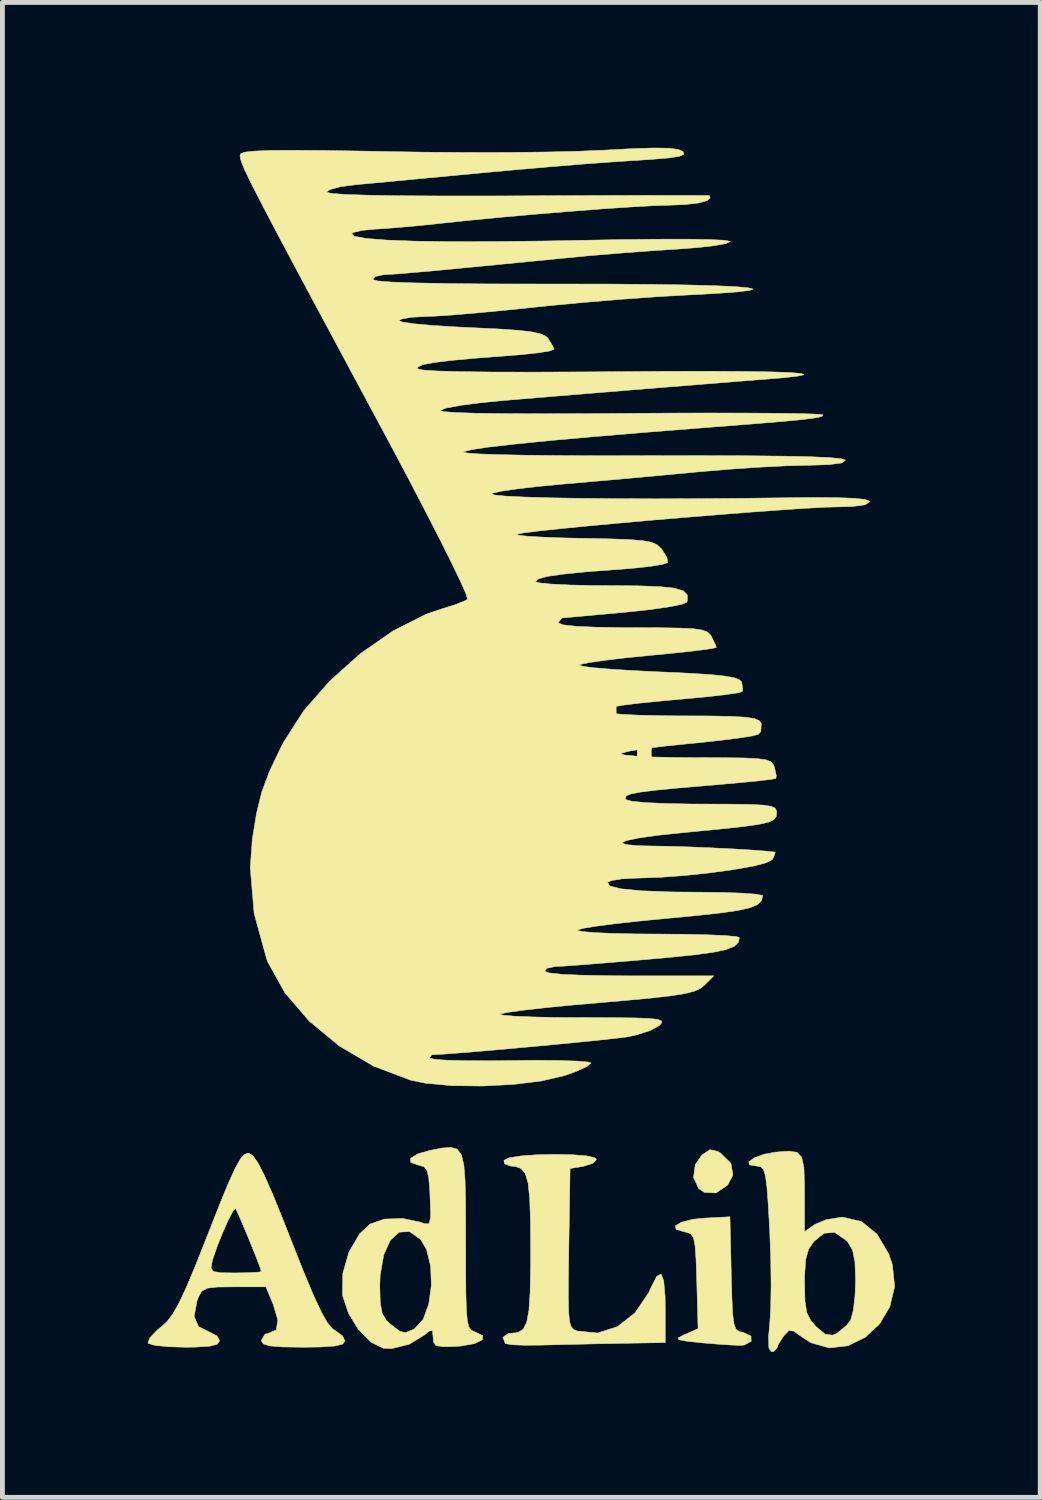
<source format=kicad_pcb>
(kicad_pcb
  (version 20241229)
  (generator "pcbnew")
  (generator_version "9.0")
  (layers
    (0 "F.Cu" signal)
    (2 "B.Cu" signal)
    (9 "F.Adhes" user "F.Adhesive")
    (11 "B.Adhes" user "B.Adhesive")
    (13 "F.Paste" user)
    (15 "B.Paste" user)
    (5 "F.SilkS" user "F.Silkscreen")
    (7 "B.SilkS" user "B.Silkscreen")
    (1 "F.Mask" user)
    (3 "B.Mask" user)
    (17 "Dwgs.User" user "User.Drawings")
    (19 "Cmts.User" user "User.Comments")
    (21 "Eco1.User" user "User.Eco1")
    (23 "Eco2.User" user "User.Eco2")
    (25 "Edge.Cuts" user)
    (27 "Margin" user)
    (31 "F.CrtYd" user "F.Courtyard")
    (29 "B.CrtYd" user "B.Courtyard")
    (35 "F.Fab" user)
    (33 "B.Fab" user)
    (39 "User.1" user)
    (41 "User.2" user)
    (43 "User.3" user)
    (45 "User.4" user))
  (footprint "adlib"
    (layer "F.Cu")
    (at 7.714 12.401)
    (property "Reference" "adlib" (at 0 0 0) (layer "F.SilkS") (effects (font (size 1.524 1.524) (thickness 0.3))))
    (attr through_hole)
    (fp_poly (pts (xy 4.053 8.321) (xy 4.113 8.356) (xy 4.328 8.569) (xy 4.368 8.812) (xy 4.259 9.017) (xy 4.02 9.179) (xy 3.78 9.169) (xy 3.661 9.086) (xy 3.555 8.86) (xy 3.591 8.594) (xy 3.729 8.395) (xy 3.894 8.286) (xy 4.053 8.321)) (stroke (width 0.01) (type solid)) (fill yes) (layer "F.SilkS"))
    (fp_poly (pts (xy 4.334 10.85) (xy 4.347 11.342) (xy 4.363 11.675) (xy 4.389 11.881) (xy 4.431 11.993) (xy 4.496 12.042) (xy 4.582 12.06) (xy 4.741 12.134) (xy 4.746 12.241) (xy 4.606 12.319) (xy 4.545 12.326) (xy 4.356 12.321) (xy 4.048 12.301) (xy 3.738 12.275) (xy 3.412 12.24) (xy 3.253 12.21) (xy 3.237 12.173) (xy 3.342 12.116) (xy 3.382 12.099) (xy 3.649 11.983) (xy 3.622 11) (xy 3.607 10.557) (xy 3.587 10.27) (xy 3.554 10.104) (xy 3.497 10.023) (xy 3.41 9.991) (xy 3.373 9.985) (xy 3.195 9.931) (xy 3.18 9.858) (xy 3.304 9.783) (xy 3.544 9.723) (xy 3.767 9.7) (xy 4.307 9.671) (xy 4.334 10.85)) (stroke (width 0.01) (type solid)) (fill yes) (layer "F.SilkS"))
    (fp_poly (pts (xy 1.048 8.39) (xy 1.341 8.413) (xy 1.52 8.454) (xy 1.552 8.483) (xy 1.483 8.564) (xy 1.291 8.627) (xy 1.289 8.627) (xy 1.006 8.676) (xy 0.98 10.321) (xy 0.972 10.919) (xy 0.97 11.352) (xy 0.977 11.65) (xy 0.997 11.839) (xy 1.032 11.947) (xy 1.085 12.002) (xy 1.152 12.03) (xy 1.575 12.071) (xy 1.984 11.94) (xy 2.347 11.656) (xy 2.63 11.238) (xy 2.678 11.131) (xy 2.796 10.9) (xy 2.883 10.854) (xy 2.94 10.994) (xy 2.968 11.322) (xy 2.971 11.55) (xy 2.971 12.269) (xy 2.037 12.285) (xy 1.528 12.295) (xy 0.995 12.307) (xy 0.53 12.318) (xy 0.411 12.321) (xy 0.066 12.324) (xy -0.198 12.313) (xy -0.328 12.291) (xy -0.331 12.289) (xy -0.38 12.158) (xy -0.268 12.082) (xy -0.211 12.077) (xy -0.067 12.06) (xy 0.039 11.992) (xy 0.111 11.849) (xy 0.157 11.603) (xy 0.181 11.23) (xy 0.191 10.705) (xy 0.192 10.352) (xy 0.188 9.735) (xy 0.172 9.284) (xy 0.139 8.973) (xy 0.081 8.778) (xy -0.006 8.673) (xy -0.13 8.631) (xy -0.219 8.626) (xy -0.35 8.576) (xy -0.359 8.507) (xy -0.254 8.454) (xy -0.01 8.415) (xy 0.322 8.391) (xy 0.691 8.383) (xy 1.048 8.39)) (stroke (width 0.01) (type solid)) (fill yes) (layer "F.SilkS"))
    (fp_poly (pts (xy 5.691 8.34) (xy 5.789 8.443) (xy 5.834 8.656) (xy 5.846 9.011) (xy 5.847 9.263) (xy 5.847 9.979) (xy 6.06 9.83) (xy 6.298 9.73) (xy 6.603 9.682) (xy 6.644 9.681) (xy 7.024 9.771) (xy 7.344 10.03) (xy 7.585 10.439) (xy 7.661 10.663) (xy 7.707 11.111) (xy 7.609 11.526) (xy 7.396 11.884) (xy 7.098 12.161) (xy 6.743 12.334) (xy 6.36 12.379) (xy 5.98 12.273) (xy 5.807 12.162) (xy 5.627 12.032) (xy 5.525 12.019) (xy 5.427 12.12) (xy 5.413 12.138) (xy 5.305 12.306) (xy 5.275 12.388) (xy 5.197 12.457) (xy 5.166 12.46) (xy 5.11 12.381) (xy 5.105 12.136) (xy 5.129 11.877) (xy 5.149 11.558) (xy 5.156 11.104) (xy 5.156 11.045) (xy 5.847 11.045) (xy 5.856 11.413) (xy 5.894 11.651) (xy 5.977 11.818) (xy 6.086 11.941) (xy 6.274 12.097) (xy 6.426 12.116) (xy 6.515 12.079) (xy 6.717 11.912) (xy 6.803 11.794) (xy 6.854 11.605) (xy 6.89 11.296) (xy 6.901 10.981) (xy 6.888 10.604) (xy 6.839 10.36) (xy 6.742 10.195) (xy 6.709 10.16) (xy 6.471 9.994) (xy 6.249 10.011) (xy 6.042 10.178) (xy 5.931 10.338) (xy 5.871 10.555) (xy 5.848 10.885) (xy 5.847 11.045) (xy 5.156 11.045) (xy 5.15 10.575) (xy 5.131 10.026) (xy 5.128 9.96) (xy 5.098 9.43) (xy 5.071 9.062) (xy 5.04 8.828) (xy 5 8.696) (xy 4.945 8.639) (xy 4.87 8.626) (xy 4.707 8.6) (xy 4.697 8.535) (xy 4.81 8.454) (xy 5.015 8.379) (xy 5.253 8.336) (xy 5.519 8.316) (xy 5.691 8.34)) (stroke (width 0.01) (type solid)) (fill yes) (layer "F.SilkS"))
    (fp_poly (pts (xy -1.326 8.274) (xy -1.239 8.388) (xy -1.187 8.601) (xy -1.161 8.935) (xy -1.151 9.412) (xy -1.15 10.056) (xy -1.15 10.166) (xy -1.149 10.801) (xy -1.145 11.271) (xy -1.134 11.601) (xy -1.115 11.818) (xy -1.084 11.946) (xy -1.038 12.013) (xy -0.976 12.044) (xy -0.955 12.05) (xy -0.797 12.126) (xy -0.806 12.211) (xy -0.961 12.288) (xy -1.24 12.339) (xy -1.325 12.346) (xy -1.616 12.355) (xy -1.764 12.329) (xy -1.816 12.248) (xy -1.821 12.163) (xy -1.835 12.018) (xy -1.91 12.035) (xy -1.989 12.103) (xy -2.311 12.302) (xy -2.675 12.393) (xy -2.847 12.387) (xy -3.106 12.261) (xy -3.361 12.002) (xy -3.569 11.664) (xy -3.689 11.301) (xy -3.693 11.277) (xy -3.69 11.099) (xy -2.923 11.099) (xy -2.913 11.45) (xy -2.872 11.669) (xy -2.784 11.815) (xy -2.697 11.894) (xy -2.516 12.032) (xy -2.399 12.065) (xy -2.257 12.009) (xy -2.201 11.98) (xy -2.026 11.788) (xy -1.911 11.472) (xy -1.858 11.087) (xy -1.873 10.692) (xy -1.958 10.344) (xy -2.08 10.139) (xy -2.308 9.977) (xy -2.522 9.989) (xy -2.705 10.156) (xy -2.842 10.459) (xy -2.915 10.88) (xy -2.923 11.099) (xy -3.69 11.099) (xy -3.686 10.841) (xy -3.56 10.401) (xy -3.342 10.026) (xy -3.125 9.822) (xy -2.828 9.719) (xy -2.449 9.706) (xy -2.076 9.785) (xy -2.01 9.811) (xy -1.909 9.818) (xy -1.873 9.69) (xy -1.873 9.563) (xy -1.89 9.137) (xy -1.912 8.865) (xy -1.949 8.712) (xy -2.009 8.639) (xy -2.103 8.611) (xy -2.112 8.609) (xy -2.285 8.548) (xy -2.287 8.462) (xy -2.131 8.369) (xy -1.885 8.301) (xy -1.64 8.253) (xy -1.457 8.237) (xy -1.326 8.274)) (stroke (width 0.01) (type solid)) (fill yes) (layer "F.SilkS"))
    (fp_poly (pts (xy -5.626 8.359) (xy -5.544 8.41) (xy -5.441 8.553) (xy -5.31 8.808) (xy -5.139 9.194) (xy -4.921 9.729) (xy -4.755 10.152) (xy -4.497 10.802) (xy -4.292 11.291) (xy -4.13 11.637) (xy -4.002 11.862) (xy -3.899 11.984) (xy -3.855 12.012) (xy -3.69 12.132) (xy -3.642 12.235) (xy -3.69 12.3) (xy -3.85 12.34) (xy -4.152 12.36) (xy -4.505 12.365) (xy -4.926 12.359) (xy -5.188 12.338) (xy -5.324 12.298) (xy -5.367 12.231) (xy -5.368 12.221) (xy -5.291 12.094) (xy -5.221 12.077) (xy -5.06 12.007) (xy -5.028 11.802) (xy -5.126 11.473) (xy -5.274 11.118) (xy -5.935 11.118) (xy -6.283 11.122) (xy -6.489 11.146) (xy -6.601 11.209) (xy -6.667 11.329) (xy -6.696 11.409) (xy -6.756 11.73) (xy -6.666 11.938) (xy -6.459 12.04) (xy -6.284 12.132) (xy -6.23 12.231) (xy -6.278 12.303) (xy -6.441 12.345) (xy -6.751 12.363) (xy -6.943 12.365) (xy -7.295 12.354) (xy -7.565 12.326) (xy -7.703 12.286) (xy -7.709 12.279) (xy -7.674 12.175) (xy -7.521 12.014) (xy -7.444 11.951) (xy -7.318 11.838) (xy -7.198 11.681) (xy -7.069 11.454) (xy -6.917 11.129) (xy -6.75 10.731) (xy -6.407 10.731) (xy -6.36 10.8) (xy -6.203 10.827) (xy -5.905 10.831) (xy -5.613 10.826) (xy -5.418 10.813) (xy -5.368 10.8) (xy -5.402 10.695) (xy -5.488 10.472) (xy -5.604 10.185) (xy -5.726 9.892) (xy -5.83 9.648) (xy -5.894 9.511) (xy -5.902 9.499) (xy -5.955 9.556) (xy -6.051 9.739) (xy -6.166 9.998) (xy -6.279 10.279) (xy -6.365 10.529) (xy -6.385 10.6) (xy -6.407 10.731) (xy -6.75 10.731) (xy -6.729 10.681) (xy -6.491 10.081) (xy -6.467 10.02) (xy -6.231 9.42) (xy -6.049 8.979) (xy -5.91 8.674) (xy -5.804 8.483) (xy -5.719 8.385) (xy -5.644 8.357) (xy -5.626 8.359)) (stroke (width 0.01) (type solid)) (fill yes) (layer "F.SilkS"))
    (fp_poly (pts (xy 3.043 -12.391) (xy 3.234 -12.367) (xy 3.333 -12.324) (xy 3.337 -12.32) (xy 3.356 -12.267) (xy 3.27 -12.225) (xy 3.055 -12.191) (xy 2.688 -12.16) (xy 2.33 -12.137) (xy 1.87 -12.107) (xy 1.271 -12.063) (xy 0.588 -12.007) (xy -0.126 -11.945) (xy -0.815 -11.882) (xy -1.46 -11.821) (xy -2.08 -11.763) (xy -2.636 -11.71) (xy -3.087 -11.668) (xy -3.394 -11.64) (xy -3.427 -11.637) (xy -3.737 -11.595) (xy -3.953 -11.538) (xy -4.026 -11.486) (xy -3.93 -11.459) (xy -3.645 -11.437) (xy -3.171 -11.421) (xy -2.511 -11.41) (xy -1.667 -11.405) (xy -0.64 -11.405) (xy -0.12 -11.407) (xy 0.729 -11.411) (xy 1.519 -11.414) (xy 2.229 -11.416) (xy 2.839 -11.417) (xy 3.328 -11.417) (xy 3.674 -11.417) (xy 3.859 -11.415) (xy 3.882 -11.414) (xy 3.899 -11.365) (xy 3.834 -11.31) (xy 3.667 -11.261) (xy 3.376 -11.227) (xy 3.067 -11.215) (xy 2.731 -11.204) (xy 2.242 -11.177) (xy 1.639 -11.136) (xy 0.958 -11.083) (xy 0.237 -11.024) (xy -0.485 -10.959) (xy -1.171 -10.892) (xy -1.677 -10.838) (xy -2.131 -10.791) (xy -2.574 -10.751) (xy -2.928 -10.725) (xy -3.001 -10.721) (xy -3.279 -10.695) (xy -3.466 -10.653) (xy -3.505 -10.629) (xy -3.448 -10.573) (xy -3.207 -10.528) (xy -2.788 -10.495) (xy -2.198 -10.472) (xy -1.444 -10.461) (xy -0.532 -10.463) (xy 0.53 -10.476) (xy 1.126 -10.487) (xy 2.038 -10.504) (xy 2.811 -10.512) (xy 3.435 -10.513) (xy 3.901 -10.505) (xy 4.196 -10.49) (xy 4.312 -10.467) (xy 4.313 -10.464) (xy 4.224 -10.422) (xy 3.981 -10.378) (xy 3.623 -10.338) (xy 3.235 -10.309) (xy 2.663 -10.271) (xy 2.032 -10.224) (xy 1.443 -10.175) (xy 1.198 -10.152) (xy 0.734 -10.107) (xy 0.15 -10.05) (xy -0.486 -9.988) (xy -1.104 -9.928) (xy -1.198 -9.919) (xy -1.719 -9.869) (xy -2.186 -9.827) (xy -2.559 -9.796) (xy -2.799 -9.78) (xy -2.852 -9.778) (xy -3.02 -9.74) (xy -3.067 -9.679) (xy -2.971 -9.651) (xy -2.684 -9.628) (xy -2.207 -9.61) (xy -1.539 -9.597) (xy -0.68 -9.589) (xy 0.367 -9.587) (xy 0.837 -9.587) (xy 1.838 -9.586) (xy 2.703 -9.579) (xy 3.425 -9.568) (xy 4 -9.552) (xy 4.421 -9.533) (xy 4.684 -9.509) (xy 4.784 -9.483) (xy 4.713 -9.455) (xy 4.468 -9.425) (xy 4.043 -9.393) (xy 3.431 -9.36) (xy 3.382 -9.358) (xy 2.776 -9.323) (xy 2.054 -9.271) (xy 1.289 -9.207) (xy 0.555 -9.138) (xy 0.24 -9.105) (xy -0.355 -9.043) (xy -0.92 -8.99) (xy -1.414 -8.948) (xy -1.793 -8.923) (xy -1.983 -8.916) (xy -2.274 -8.9) (xy -2.477 -8.863) (xy -2.531 -8.833) (xy -2.458 -8.802) (xy -2.225 -8.767) (xy -1.861 -8.734) (xy -1.399 -8.704) (xy -1.075 -8.688) (xy -0.486 -8.66) (xy -0.061 -8.631) (xy 0.229 -8.597) (xy 0.413 -8.554) (xy 0.518 -8.498) (xy 0.551 -8.463) (xy 0.649 -8.304) (xy 0.671 -8.238) (xy 0.582 -8.204) (xy 0.344 -8.166) (xy -0.001 -8.129) (xy -0.216 -8.111) (xy -0.916 -8.058) (xy -1.442 -8.01) (xy -1.809 -7.965) (xy -2.036 -7.921) (xy -2.138 -7.874) (xy -2.142 -7.836) (xy -2.03 -7.811) (xy -1.732 -7.791) (xy -1.253 -7.778) (xy -0.6 -7.77) (xy 0.223 -7.768) (xy 1.209 -7.772) (xy 1.826 -7.776) (xy 2.914 -7.784) (xy 3.835 -7.786) (xy 4.586 -7.782) (xy 5.164 -7.773) (xy 5.567 -7.758) (xy 5.79 -7.738) (xy 5.832 -7.713) (xy 5.69 -7.683) (xy 5.36 -7.647) (xy 5.159 -7.631) (xy 4.525 -7.581) (xy 3.78 -7.521) (xy 2.968 -7.456) (xy 2.134 -7.388) (xy 1.323 -7.322) (xy 0.579 -7.261) (xy -0.053 -7.208) (xy -0.431 -7.176) (xy -0.886 -7.13) (xy -1.273 -7.078) (xy -1.551 -7.026) (xy -1.677 -6.981) (xy -1.616 -6.954) (xy -1.372 -6.934) (xy -0.943 -6.919) (xy -0.33 -6.911) (xy 0.472 -6.908) (xy 1.462 -6.911) (xy 2.228 -6.917) (xy 3.083 -6.922) (xy 3.876 -6.924) (xy 4.586 -6.923) (xy 5.194 -6.919) (xy 5.68 -6.913) (xy 6.024 -6.903) (xy 6.206 -6.892) (xy 6.23 -6.885) (xy 6.212 -6.86) (xy 6.144 -6.837) (xy 6.005 -6.813) (xy 5.774 -6.786) (xy 5.431 -6.753) (xy 4.955 -6.713) (xy 4.326 -6.663) (xy 3.69 -6.614) (xy 2.48 -6.518) (xy 1.433 -6.43) (xy 0.554 -6.351) (xy -0.152 -6.28) (xy -0.681 -6.219) (xy -1.028 -6.167) (xy -1.189 -6.125) (xy -1.197 -6.119) (xy -1.128 -6.098) (xy -0.878 -6.079) (xy -0.458 -6.064) (xy 0.121 -6.052) (xy 0.85 -6.045) (xy 1.717 -6.042) (xy 2.682 -6.043) (xy 3.774 -6.044) (xy 4.681 -6.041) (xy 5.411 -6.033) (xy 5.97 -6.021) (xy 6.365 -6.003) (xy 6.603 -5.98) (xy 6.69 -5.952) (xy 6.691 -5.951) (xy 6.619 -5.893) (xy 6.357 -5.858) (xy 5.905 -5.844) (xy 5.879 -5.844) (xy 5.462 -5.833) (xy 4.919 -5.805) (xy 4.315 -5.764) (xy 3.713 -5.714) (xy 3.594 -5.703) (xy 2.933 -5.641) (xy 2.191 -5.573) (xy 1.458 -5.508) (xy 0.824 -5.453) (xy 0.815 -5.452) (xy 0.323 -5.405) (xy -0.101 -5.355) (xy -0.42 -5.308) (xy -0.597 -5.267) (xy -0.618 -5.257) (xy -0.556 -5.231) (xy -0.322 -5.208) (xy 0.066 -5.189) (xy 0.587 -5.173) (xy 1.224 -5.162) (xy 1.957 -5.155) (xy 2.767 -5.152) (xy 3.634 -5.155) (xy 4.54 -5.162) (xy 5.248 -5.171) (xy 5.964 -5.179) (xy 6.502 -5.176) (xy 6.876 -5.163) (xy 7.1 -5.138) (xy 7.186 -5.101) (xy 7.189 -5.093) (xy 7.096 -5.028) (xy 6.824 -4.993) (xy 6.542 -4.986) (xy 6.282 -4.979) (xy 5.878 -4.957) (xy 5.36 -4.922) (xy 4.753 -4.878) (xy 4.086 -4.826) (xy 3.387 -4.769) (xy 2.683 -4.71) (xy 2.002 -4.649) (xy 1.371 -4.591) (xy 0.819 -4.537) (xy 0.372 -4.489) (xy 0.06 -4.451) (xy -0.092 -4.424) (xy -0.096 -4.422) (xy -0.056 -4.4) (xy 0.147 -4.378) (xy 0.485 -4.359) (xy 0.928 -4.343) (xy 1.246 -4.337) (xy 1.814 -4.326) (xy 2.222 -4.311) (xy 2.501 -4.289) (xy 2.683 -4.255) (xy 2.799 -4.205) (xy 2.879 -4.134) (xy 2.899 -4.111) (xy 3.007 -3.939) (xy 3.02 -3.835) (xy 2.911 -3.798) (xy 2.654 -3.756) (xy 2.292 -3.717) (xy 2.038 -3.697) (xy 1.362 -3.647) (xy 0.864 -3.597) (xy 0.528 -3.548) (xy 0.341 -3.495) (xy 0.288 -3.443) (xy 0.378 -3.415) (xy 0.628 -3.391) (xy 1.004 -3.373) (xy 1.475 -3.362) (xy 1.79 -3.36) (xy 2.409 -3.356) (xy 2.86 -3.339) (xy 3.164 -3.306) (xy 3.345 -3.251) (xy 3.425 -3.17) (xy 3.428 -3.058) (xy 3.417 -3.019) (xy 3.316 -2.975) (xy 3.06 -2.923) (xy 2.687 -2.869) (xy 2.232 -2.819) (xy 2.149 -2.811) (xy 1.68 -2.768) (xy 1.281 -2.732) (xy 0.99 -2.705) (xy 0.846 -2.692) (xy 0.839 -2.691) (xy 0.769 -2.609) (xy 0.767 -2.588) (xy 0.86 -2.55) (xy 1.13 -2.52) (xy 1.561 -2.501) (xy 2.138 -2.492) (xy 2.297 -2.492) (xy 2.874 -2.49) (xy 3.288 -2.483) (xy 3.569 -2.468) (xy 3.747 -2.44) (xy 3.851 -2.396) (xy 3.91 -2.334) (xy 3.926 -2.307) (xy 4.006 -2.143) (xy 4.026 -2.083) (xy 3.936 -2.061) (xy 3.688 -2.027) (xy 3.317 -1.984) (xy 2.855 -1.937) (xy 2.632 -1.917) (xy 2.136 -1.867) (xy 1.712 -1.816) (xy 1.394 -1.77) (xy 1.218 -1.732) (xy 1.195 -1.72) (xy 1.271 -1.693) (xy 1.509 -1.663) (xy 1.88 -1.632) (xy 2.353 -1.603) (xy 2.822 -1.58) (xy 3.445 -1.552) (xy 3.902 -1.523) (xy 4.216 -1.491) (xy 4.413 -1.453) (xy 4.517 -1.406) (xy 4.549 -1.365) (xy 4.573 -1.211) (xy 4.557 -1.17) (xy 4.447 -1.142) (xy 4.189 -1.105) (xy 3.824 -1.064) (xy 3.524 -1.036) (xy 2.883 -0.978) (xy 2.409 -0.93) (xy 2.079 -0.889) (xy 1.871 -0.85) (xy 1.761 -0.81) (xy 1.726 -0.767) (xy 1.725 -0.761) (xy 1.817 -0.729) (xy 2.075 -0.702) (xy 2.473 -0.683) (xy 2.988 -0.673) (xy 3.31 -0.671) (xy 3.905 -0.669) (xy 4.335 -0.66) (xy 4.628 -0.643) (xy 4.811 -0.615) (xy 4.911 -0.573) (xy 4.953 -0.517) (xy 4.945 -0.349) (xy 4.893 -0.29) (xy 4.758 -0.255) (xy 4.471 -0.21) (xy 4.069 -0.16) (xy 3.591 -0.109) (xy 3.439 -0.095) (xy 2.953 -0.045) (xy 2.539 0.007) (xy 2.232 0.057) (xy 2.068 0.099) (xy 2.052 0.11) (xy 2.125 0.137) (xy 2.36 0.16) (xy 2.726 0.178) (xy 3.192 0.189) (xy 3.582 0.192) (xy 4.167 0.193) (xy 4.587 0.198) (xy 4.873 0.212) (xy 5.053 0.237) (xy 5.153 0.277) (xy 5.204 0.335) (xy 5.226 0.391) (xy 5.263 0.562) (xy 5.256 0.622) (xy 5.154 0.64) (xy 4.896 0.671) (xy 4.518 0.708) (xy 4.054 0.75) (xy 3.882 0.764) (xy 3.248 0.818) (xy 2.782 0.863) (xy 2.461 0.903) (xy 2.264 0.941) (xy 2.166 0.982) (xy 2.146 1.029) (xy 2.158 1.057) (xy 2.272 1.091) (xy 2.549 1.119) (xy 2.961 1.138) (xy 3.479 1.149) (xy 3.744 1.15) (xy 4.317 1.152) (xy 4.726 1.158) (xy 4.998 1.172) (xy 5.161 1.198) (xy 5.242 1.238) (xy 5.27 1.296) (xy 5.272 1.331) (xy 5.261 1.411) (xy 5.212 1.473) (xy 5.1 1.525) (xy 4.9 1.57) (xy 4.588 1.614) (xy 4.139 1.663) (xy 3.527 1.722) (xy 3.403 1.734) (xy 2.836 1.793) (xy 2.422 1.851) (xy 2.166 1.905) (xy 2.076 1.951) (xy 2.158 1.987) (xy 2.419 2.01) (xy 2.736 2.017) (xy 3.079 2.023) (xy 3.496 2.036) (xy 3.946 2.055) (xy 4.386 2.077) (xy 4.774 2.101) (xy 5.069 2.123) (xy 5.227 2.141) (xy 5.243 2.146) (xy 5.217 2.228) (xy 5.177 2.299) (xy 5.05 2.364) (xy 4.769 2.435) (xy 4.373 2.505) (xy 3.9 2.57) (xy 3.387 2.624) (xy 2.874 2.662) (xy 2.397 2.679) (xy 2.378 2.679) (xy 2.072 2.695) (xy 1.853 2.732) (xy 1.781 2.767) (xy 1.824 2.842) (xy 2.058 2.9) (xy 2.481 2.941) (xy 3.092 2.964) (xy 3.714 2.97) (xy 4.182 2.976) (xy 4.572 2.99) (xy 4.849 3.011) (xy 4.978 3.037) (xy 4.983 3.043) (xy 4.96 3.143) (xy 4.881 3.224) (xy 4.721 3.291) (xy 4.459 3.349) (xy 4.07 3.404) (xy 3.531 3.461) (xy 2.992 3.512) (xy 2.423 3.567) (xy 1.925 3.622) (xy 1.527 3.674) (xy 1.26 3.719) (xy 1.151 3.753) (xy 1.15 3.755) (xy 1.241 3.781) (xy 1.493 3.803) (xy 1.875 3.82) (xy 2.357 3.831) (xy 2.828 3.834) (xy 3.37 3.838) (xy 3.84 3.849) (xy 4.205 3.865) (xy 4.436 3.886) (xy 4.503 3.906) (xy 4.479 4.008) (xy 4.395 4.089) (xy 4.226 4.155) (xy 3.95 4.213) (xy 3.541 4.267) (xy 2.977 4.324) (xy 2.636 4.354) (xy 2.067 4.403) (xy 1.553 4.445) (xy 1.128 4.478) (xy 0.828 4.499) (xy 0.696 4.505) (xy 0.527 4.541) (xy 0.479 4.601) (xy 0.573 4.637) (xy 0.846 4.666) (xy 1.284 4.685) (xy 1.877 4.695) (xy 2.226 4.697) (xy 3.972 4.697) (xy 3.777 4.892) (xy 3.691 4.96) (xy 3.565 5.016) (xy 3.374 5.064) (xy 3.09 5.109) (xy 2.689 5.155) (xy 2.143 5.206) (xy 1.607 5.252) (xy 1.01 5.304) (xy 0.479 5.357) (xy 0.043 5.406) (xy -0.269 5.449) (xy -0.427 5.481) (xy -0.44 5.488) (xy -0.372 5.51) (xy -0.141 5.53) (xy 0.225 5.545) (xy 0.697 5.556) (xy 1.248 5.559) (xy 1.251 5.559) (xy 1.87 5.56) (xy 2.32 5.565) (xy 2.625 5.576) (xy 2.807 5.595) (xy 2.89 5.624) (xy 2.896 5.667) (xy 2.855 5.716) (xy 2.674 5.821) (xy 2.381 5.916) (xy 2.188 5.957) (xy 1.976 5.984) (xy 1.617 6.023) (xy 1.151 6.07) (xy 0.615 6.122) (xy 0.05 6.174) (xy -0.507 6.224) (xy -1.016 6.268) (xy -1.438 6.301) (xy -1.736 6.322) (xy -1.849 6.326) (xy -1.891 6.383) (xy -1.882 6.4) (xy -1.776 6.423) (xy -1.51 6.44) (xy -1.117 6.449) (xy -0.629 6.451) (xy -0.199 6.446) (xy 0.337 6.44) (xy 0.799 6.445) (xy 1.157 6.457) (xy 1.379 6.477) (xy 1.438 6.497) (xy 1.354 6.568) (xy 1.137 6.668) (xy 0.887 6.758) (xy 0.417 6.867) (xy -0.169 6.939) (xy -0.807 6.972) (xy -1.434 6.964) (xy -1.984 6.913) (xy -2.29 6.85) (xy -3.051 6.561) (xy -3.76 6.144) (xy -4.382 5.629) (xy -4.884 5.043) (xy -5.232 4.416) (xy -5.259 4.347) (xy -5.517 3.41) (xy -5.597 2.467) (xy -5.554 1.869) (xy -5.466 1.333) (xy -5.357 0.894) (xy -5.2 0.474) (xy -4.969 -0.01) (xy -4.906 -0.132) (xy -4.496 -0.772) (xy -3.954 -1.391) (xy -3.325 -1.954) (xy -2.649 -2.425) (xy -1.971 -2.768) (xy -1.629 -2.884) (xy -1.353 -2.971) (xy -1.156 -3.051) (xy -1.112 -3.078) (xy -1.137 -3.176) (xy -1.246 -3.425) (xy -1.429 -3.806) (xy -1.677 -4.303) (xy -1.982 -4.898) (xy -2.334 -5.574) (xy -2.726 -6.312) (xy -2.898 -6.632) (xy -3.49 -7.734) (xy -3.997 -8.679) (xy -4.427 -9.479) (xy -4.784 -10.148) (xy -5.076 -10.698) (xy -5.308 -11.14) (xy -5.487 -11.487) (xy -5.62 -11.751) (xy -5.712 -11.945) (xy -5.769 -12.081) (xy -5.799 -12.171) (xy -5.808 -12.227) (xy -5.801 -12.263) (xy -5.794 -12.277) (xy -5.715 -12.309) (xy -5.513 -12.331) (xy -5.177 -12.345) (xy -4.694 -12.349) (xy -4.051 -12.344) (xy -3.235 -12.331) (xy -2.792 -12.322) (xy -1.965 -12.309) (xy -1.116 -12.303) (xy -0.287 -12.304) (xy 0.48 -12.312) (xy 1.143 -12.327) (xy 1.658 -12.348) (xy 1.677 -12.349) (xy 2.29 -12.382) (xy 2.737 -12.396) (xy 3.043 -12.391)) (stroke (width 0.01) (type solid)) (fill yes) (layer "F.SilkS")))
  (gr_rect
    (start -3 -3)
    (end 18.427 27.866)
    (stroke (width 0.1) (type default))
    (fill no)
    (layer "Edge.Cuts")))
</source>
